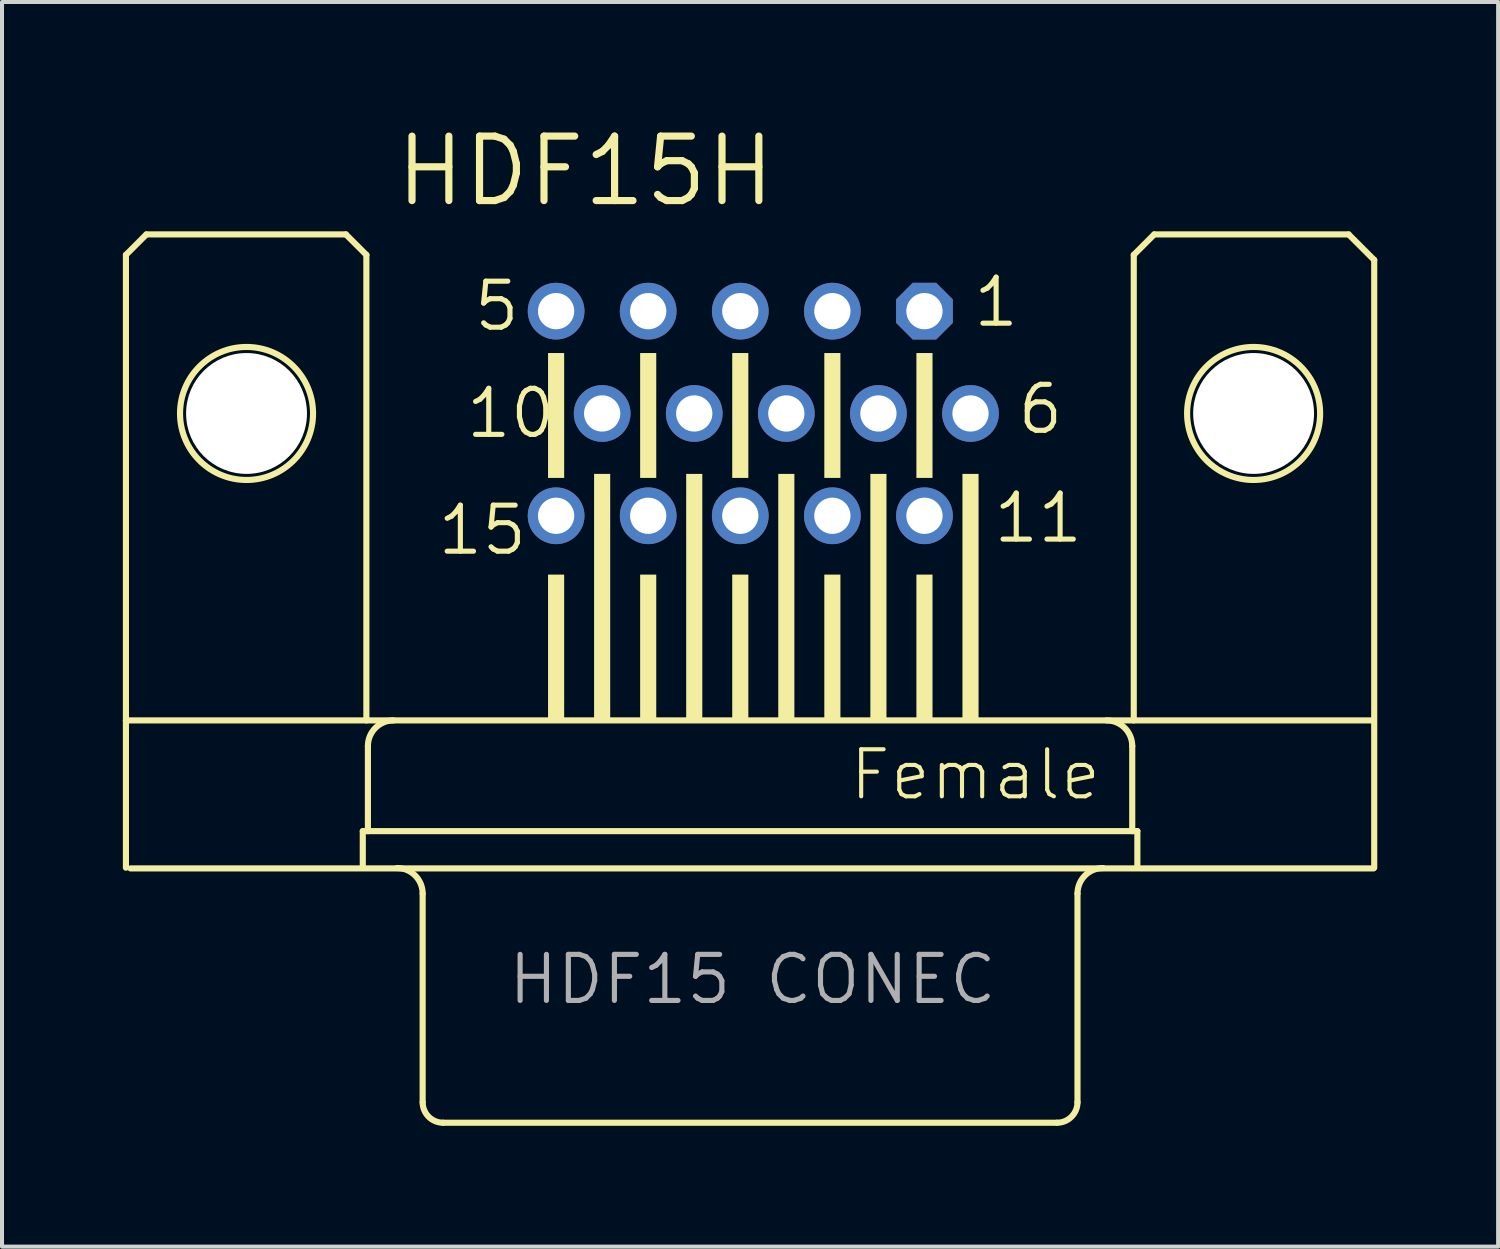
<source format=kicad_pcb>
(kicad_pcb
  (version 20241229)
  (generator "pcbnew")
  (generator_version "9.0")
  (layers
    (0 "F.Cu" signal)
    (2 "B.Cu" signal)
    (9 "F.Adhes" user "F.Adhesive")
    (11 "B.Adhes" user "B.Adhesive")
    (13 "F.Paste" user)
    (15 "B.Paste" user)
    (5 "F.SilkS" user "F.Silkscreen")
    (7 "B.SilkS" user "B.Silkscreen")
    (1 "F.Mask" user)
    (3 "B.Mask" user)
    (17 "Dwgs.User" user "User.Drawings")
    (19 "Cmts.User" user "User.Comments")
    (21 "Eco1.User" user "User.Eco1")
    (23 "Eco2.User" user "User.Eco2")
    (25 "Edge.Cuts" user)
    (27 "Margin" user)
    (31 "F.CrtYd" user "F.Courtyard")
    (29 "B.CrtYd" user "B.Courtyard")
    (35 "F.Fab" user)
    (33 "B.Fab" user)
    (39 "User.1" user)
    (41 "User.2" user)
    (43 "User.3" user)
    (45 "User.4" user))
  (footprint "HDF15H"
    (layer "F.Cu")
    (at 15.57 7.214)
    (property "Reference" "HDF15H" (at -8.89 -5.08 0) (unlocked yes) (layer "F.SilkS") (effects (font (size 1.6 1.6) (thickness 0.178)) (justify left bottom)))
    (fp_line (start -15.494 -3.937) (end -15.494 7.62) (stroke (width 0.152) (type solid)) (layer "F.SilkS"))
    (fp_line (start -15.494 11.276) (end -15.494 7.62) (stroke (width 0.152) (type solid)) (layer "F.SilkS"))
    (fp_line (start -14.986 -4.445) (end -15.494 -3.937) (stroke (width 0.152) (type solid)) (layer "F.SilkS"))
    (fp_line (start -10.033 -4.445) (end -14.986 -4.445) (stroke (width 0.152) (type solid)) (layer "F.SilkS"))
    (fp_line (start -9.614 10.368) (end -9.614 11.276) (stroke (width 0.152) (type solid)) (layer "F.SilkS"))
    (fp_line (start -9.525 -3.937) (end -10.033 -4.445) (stroke (width 0.152) (type solid)) (layer "F.SilkS"))
    (fp_line (start -9.525 -3.937) (end -9.525 7.62) (stroke (width 0.152) (type solid)) (layer "F.SilkS"))
    (fp_line (start -9.487 8.255) (end -9.487 10.368) (stroke (width 0.152) (type solid)) (layer "F.SilkS"))
    (fp_line (start -9.487 10.368) (end -9.614 10.368) (stroke (width 0.152) (type solid)) (layer "F.SilkS"))
    (fp_line (start -8.128 11.919) (end -8.128 17.099) (stroke (width 0.152) (type solid)) (layer "F.SilkS"))
    (fp_line (start 7.62 17.607) (end -7.62 17.607) (stroke (width 0.152) (type solid)) (layer "F.SilkS"))
    (fp_line (start 8.128 11.919) (end 8.128 17.099) (stroke (width 0.152) (type solid)) (layer "F.SilkS"))
    (fp_line (start 9.487 8.255) (end 9.487 10.368) (stroke (width 0.152) (type solid)) (layer "F.SilkS"))
    (fp_line (start 9.487 10.368) (end -9.487 10.368) (stroke (width 0.152) (type solid)) (layer "F.SilkS"))
    (fp_line (start 9.525 -3.937) (end 9.525 7.62) (stroke (width 0.152) (type solid)) (layer "F.SilkS"))
    (fp_line (start 9.614 10.368) (end 9.487 10.368) (stroke (width 0.152) (type solid)) (layer "F.SilkS"))
    (fp_line (start 9.614 10.368) (end 9.614 11.276) (stroke (width 0.152) (type solid)) (layer "F.SilkS"))
    (fp_line (start 10.033 -4.445) (end 9.525 -3.937) (stroke (width 0.152) (type solid)) (layer "F.SilkS"))
    (fp_line (start 10.033 -4.445) (end 14.859 -4.445) (stroke (width 0.152) (type solid)) (layer "F.SilkS"))
    (fp_line (start 14.859 -4.445) (end 15.494 -3.81) (stroke (width 0.152) (type solid)) (layer "F.SilkS"))
    (fp_line (start 15.475 7.62) (end -15.494 7.62) (stroke (width 0.152) (type solid)) (layer "F.SilkS"))
    (fp_line (start 15.476 11.294) (end -15.38 11.294) (stroke (width 0.152) (type solid)) (layer "F.SilkS"))
    (fp_line (start 15.494 -3.81) (end 15.494 11.276) (stroke (width 0.152) (type solid)) (layer "F.SilkS"))
    (fp_arc (start -9.487 8.255) (mid -9.301013 7.805987) (end -8.852 7.62) (stroke (width 0.1524) (type solid)) (layer "F.SilkS"))
    (fp_arc (start -8.763 11.284) (mid -8.313987 11.469987) (end -8.128 11.919) (stroke (width 0.1524) (type solid)) (layer "F.SilkS"))
    (fp_arc (start -7.62 17.607) (mid -7.97921 17.45821) (end -8.128 17.099) (stroke (width 0.1524) (type solid)) (layer "F.SilkS"))
    (fp_arc (start 8.128 11.919) (mid 8.313987 11.469987) (end 8.763 11.284) (stroke (width 0.1524) (type solid)) (layer "F.SilkS"))
    (fp_arc (start 8.128 17.099) (mid 7.97921 17.45821) (end 7.62 17.607) (stroke (width 0.1524) (type solid)) (layer "F.SilkS"))
    (fp_arc (start 8.852 7.62) (mid 9.301013 7.805987) (end 9.487 8.255) (stroke (width 0.1524) (type solid)) (layer "F.SilkS"))
    (fp_circle (center -12.5 0) (end -10.849 0) (stroke (width 0.152) (type solid)) (fill no) (layer "F.SilkS"))
    (fp_circle (center 12.5 0) (end 14.151 0) (stroke (width 0.152) (type solid)) (fill no) (layer "F.SilkS"))
    (fp_poly (pts (xy -5.015 1.6) (xy -4.615 1.6) (xy -4.615 -1.5) (xy -5.015 -1.5)) (stroke (width 0) (type default)) (fill yes) (layer "F.SilkS"))
    (fp_poly (pts (xy -5.015 7.6) (xy -4.615 7.6) (xy -4.615 4) (xy -5.015 4)) (stroke (width 0) (type default)) (fill yes) (layer "F.SilkS"))
    (fp_poly (pts (xy -3.872 7.6) (xy -3.472 7.6) (xy -3.472 1.5) (xy -3.872 1.5)) (stroke (width 0) (type default)) (fill yes) (layer "F.SilkS"))
    (fp_poly (pts (xy -2.729 1.6) (xy -2.329 1.6) (xy -2.329 -1.5) (xy -2.729 -1.5)) (stroke (width 0) (type default)) (fill yes) (layer "F.SilkS"))
    (fp_poly (pts (xy -2.729 7.6) (xy -2.329 7.6) (xy -2.329 4) (xy -2.729 4)) (stroke (width 0) (type default)) (fill yes) (layer "F.SilkS"))
    (fp_poly (pts (xy -1.586 7.6) (xy -1.186 7.6) (xy -1.186 1.5) (xy -1.586 1.5)) (stroke (width 0) (type default)) (fill yes) (layer "F.SilkS"))
    (fp_poly (pts (xy -0.443 1.6) (xy -0.043 1.6) (xy -0.043 -1.5) (xy -0.443 -1.5)) (stroke (width 0) (type default)) (fill yes) (layer "F.SilkS"))
    (fp_poly (pts (xy -0.443 7.6) (xy -0.043 7.6) (xy -0.043 4) (xy -0.443 4)) (stroke (width 0) (type default)) (fill yes) (layer "F.SilkS"))
    (fp_poly (pts (xy 0.7 7.6) (xy 1.1 7.6) (xy 1.1 1.5) (xy 0.7 1.5)) (stroke (width 0) (type default)) (fill yes) (layer "F.SilkS"))
    (fp_poly (pts (xy 1.843 1.6) (xy 2.243 1.6) (xy 2.243 -1.5) (xy 1.843 -1.5)) (stroke (width 0) (type default)) (fill yes) (layer "F.SilkS"))
    (fp_poly (pts (xy 1.843 7.6) (xy 2.243 7.6) (xy 2.243 4) (xy 1.843 4)) (stroke (width 0) (type default)) (fill yes) (layer "F.SilkS"))
    (fp_poly (pts (xy 2.986 7.6) (xy 3.386 7.6) (xy 3.386 1.5) (xy 2.986 1.5)) (stroke (width 0) (type default)) (fill yes) (layer "F.SilkS"))
    (fp_poly (pts (xy 4.129 1.6) (xy 4.529 1.6) (xy 4.529 -1.5) (xy 4.129 -1.5)) (stroke (width 0) (type default)) (fill yes) (layer "F.SilkS"))
    (fp_poly (pts (xy 4.129 7.6) (xy 4.529 7.6) (xy 4.529 4) (xy 4.129 4)) (stroke (width 0) (type default)) (fill yes) (layer "F.SilkS"))
    (fp_poly (pts (xy 5.272 7.6) (xy 5.672 7.6) (xy 5.672 1.5) (xy 5.272 1.5)) (stroke (width 0) (type default)) (fill yes) (layer "F.SilkS"))
    (fp_text user "Female" (at 2.413 9.652 0) (unlocked yes) (layer "F.SilkS") (effects (font (size 1.168 1.168) (thickness 0.102)) (justify left bottom)))
    (fp_text user "1" (at 5.48 -2.095 0) (unlocked yes) (layer "F.SilkS") (effects (font (size 1.143 1.143) (thickness 0.127)) (justify left bottom)))
    (fp_text user "11" (at 5.98 3.265 0) (unlocked yes) (layer "F.SilkS") (effects (font (size 1.143 1.143) (thickness 0.127)) (justify left bottom)))
    (fp_text user "6" (at 6.58 0.565 0) (unlocked yes) (layer "F.SilkS") (effects (font (size 1.143 1.143) (thickness 0.127)) (justify left bottom)))
    (fp_text user "5" (at -6.915 -1.995 0) (unlocked yes) (layer "F.SilkS") (effects (font (size 1.143 1.143) (thickness 0.127)) (justify left bottom)))
    (fp_text user "15" (at -7.82 3.565 0) (unlocked yes) (layer "F.SilkS") (effects (font (size 1.143 1.143) (thickness 0.127)) (justify left bottom)))
    (fp_text user "10" (at -7.115 0.665 0) (unlocked yes) (layer "F.SilkS") (effects (font (size 1.143 1.143) (thickness 0.127)) (justify left bottom)))
    (fp_text user "HDF15 CONEC" (at -6.064 14.717 0) (unlocked yes) (layer "F.Fab") (effects (font (size 1.143 1.143) (thickness 0.127)) (justify left bottom)))
    (pad "" np_thru_hole circle (at -12.5 0) (size 3 3) (drill 3) (layers "*.Cu" "*.Mask"))
    (pad "" np_thru_hole circle (at 12.5 0) (size 3 3) (drill 3) (layers "*.Cu" "*.Mask"))
    (pad "1" thru_hole roundrect (at 4.329 -2.54) (size 1.408 1.408) (drill 0.9) (layers "*.Cu" "*.Mask") (roundrect_rratio 0.25) (chamfer_ratio 0.293) (chamfer top_left top_right bottom_left bottom_right))
    (pad "2" thru_hole circle (at 2.043 -2.54) (size 1.408 1.408) (drill 0.9) (layers "*.Cu" "*.Mask"))
    (pad "3" thru_hole circle (at -0.243 -2.54) (size 1.408 1.408) (drill 0.9) (layers "*.Cu" "*.Mask"))
    (pad "4" thru_hole circle (at -2.529 -2.54) (size 1.408 1.408) (drill 0.9) (layers "*.Cu" "*.Mask"))
    (pad "5" thru_hole circle (at -4.815 -2.54) (size 1.408 1.408) (drill 0.9) (layers "*.Cu" "*.Mask"))
    (pad "6" thru_hole circle (at 5.472 0) (size 1.408 1.408) (drill 0.9) (layers "*.Cu" "*.Mask"))
    (pad "7" thru_hole circle (at 3.186 0) (size 1.408 1.408) (drill 0.9) (layers "*.Cu" "*.Mask"))
    (pad "8" thru_hole circle (at 0.9 0) (size 1.408 1.408) (drill 0.9) (layers "*.Cu" "*.Mask"))
    (pad "9" thru_hole circle (at -1.386 0) (size 1.408 1.408) (drill 0.9) (layers "*.Cu" "*.Mask"))
    (pad "10" thru_hole circle (at -3.672 0) (size 1.408 1.408) (drill 0.9) (layers "*.Cu" "*.Mask"))
    (pad "11" thru_hole circle (at 4.329 2.54) (size 1.408 1.408) (drill 0.9) (layers "*.Cu" "*.Mask"))
    (pad "12" thru_hole circle (at 2.043 2.54) (size 1.408 1.408) (drill 0.9) (layers "*.Cu" "*.Mask"))
    (pad "13" thru_hole circle (at -0.243 2.54) (size 1.408 1.408) (drill 0.9) (layers "*.Cu" "*.Mask"))
    (pad "14" thru_hole circle (at -2.529 2.54) (size 1.408 1.408) (drill 0.9) (layers "*.Cu" "*.Mask"))
    (pad "15" thru_hole circle (at -4.815 2.54) (size 1.408 1.408) (drill 0.9) (layers "*.Cu" "*.Mask"))
    (zone (net_name "") (layers "F.Cu" "B.Cu") (hatch edge 0.5) (connect_pads) (min_thickness 0.25) (filled_areas_thickness no) (keepout (tracks allowed) (vias not_allowed) (pads allowed) (copperpour allowed) (footprints allowed)) (placement (enabled no)) (fill) (polygon (pts (xy 5.737 7.214) (xy 5.717 6.886) (xy 5.657 6.563) (xy 5.557 6.25) (xy 5.42 5.952) (xy 5.247 5.673) (xy 5.041 5.417) (xy 4.805 5.188) (xy 4.543 4.99) (xy 4.259 4.826) (xy 3.957 4.698) (xy 3.641 4.608) (xy 3.316 4.558) (xy 2.988 4.548) (xy 2.661 4.578) (xy 2.34 4.648) (xy 2.031 4.758) (xy 1.737 4.904) (xy 1.463 5.085) (xy 1.214 5.299) (xy 0.992 5.542) (xy 0.803 5.81) (xy 0.647 6.099) (xy 0.529 6.405) (xy 0.449 6.724) (xy 0.408 7.049) (xy 0.408 7.378) (xy 0.449 7.704) (xy 0.529 8.022) (xy 0.647 8.328) (xy 0.803 8.618) (xy 0.992 8.886) (xy 1.214 9.128) (xy 1.463 9.342) (xy 1.737 9.523) (xy 2.031 9.67) (xy 2.34 9.779) (xy 2.661 9.849) (xy 2.988 9.879) (xy 3.316 9.869) (xy 3.641 9.819) (xy 3.957 9.729) (xy 4.259 9.601) (xy 4.543 9.437) (xy 4.805 9.239) (xy 5.041 9.01) (xy 5.247 8.755) (xy 5.42 8.475) (xy 5.557 8.177) (xy 5.657 7.864) (xy 5.717 7.541))))
    (zone (net_name "") (layers "F.Cu" "B.Cu") (hatch edge 0.5) (connect_pads) (min_thickness 0.25) (filled_areas_thickness no) (keepout (tracks allowed) (vias not_allowed) (pads allowed) (copperpour allowed) (footprints allowed)) (placement (enabled no)) (fill) (polygon (pts (xy 30.737 7.214) (xy 30.717 6.886) (xy 30.657 6.563) (xy 30.557 6.25) (xy 30.42 5.952) (xy 30.247 5.673) (xy 30.041 5.417) (xy 29.805 5.188) (xy 29.543 4.99) (xy 29.259 4.826) (xy 28.957 4.698) (xy 28.641 4.608) (xy 28.316 4.558) (xy 27.988 4.548) (xy 27.661 4.578) (xy 27.34 4.648) (xy 27.031 4.758) (xy 26.737 4.904) (xy 26.463 5.085) (xy 26.214 5.299) (xy 25.992 5.542) (xy 25.803 5.81) (xy 25.647 6.099) (xy 25.529 6.405) (xy 25.449 6.724) (xy 25.408 7.049) (xy 25.408 7.378) (xy 25.449 7.704) (xy 25.529 8.022) (xy 25.647 8.328) (xy 25.803 8.618) (xy 25.992 8.886) (xy 26.214 9.128) (xy 26.463 9.342) (xy 26.737 9.523) (xy 27.031 9.67) (xy 27.34 9.779) (xy 27.661 9.849) (xy 27.988 9.879) (xy 28.316 9.869) (xy 28.641 9.819) (xy 28.957 9.729) (xy 29.259 9.601) (xy 29.543 9.437) (xy 29.805 9.239) (xy 30.041 9.01) (xy 30.247 8.755) (xy 30.42 8.475) (xy 30.557 8.177) (xy 30.657 7.864) (xy 30.717 7.541))))
    (zone (net_name "") (layer "B.Cu") (hatch edge 0.5) (connect_pads) (min_thickness 0.25) (filled_areas_thickness no) (keepout (tracks not_allowed) (vias not_allowed) (pads not_allowed) (copperpour not_allowed) (footprints allowed)) (placement (enabled no)) (fill) (polygon (pts (xy 5.737 7.214) (xy 5.717 6.886) (xy 5.657 6.563) (xy 5.557 6.25) (xy 5.42 5.952) (xy 5.247 5.673) (xy 5.041 5.417) (xy 4.805 5.188) (xy 4.543 4.99) (xy 4.259 4.826) (xy 3.957 4.698) (xy 3.641 4.608) (xy 3.316 4.558) (xy 2.988 4.548) (xy 2.661 4.578) (xy 2.34 4.648) (xy 2.031 4.758) (xy 1.737 4.904) (xy 1.463 5.085) (xy 1.214 5.299) (xy 0.992 5.542) (xy 0.803 5.81) (xy 0.647 6.099) (xy 0.529 6.405) (xy 0.449 6.724) (xy 0.408 7.049) (xy 0.408 7.378) (xy 0.449 7.704) (xy 0.529 8.022) (xy 0.647 8.328) (xy 0.803 8.618) (xy 0.992 8.886) (xy 1.214 9.128) (xy 1.463 9.342) (xy 1.737 9.523) (xy 2.031 9.67) (xy 2.34 9.779) (xy 2.661 9.849) (xy 2.988 9.879) (xy 3.316 9.869) (xy 3.641 9.819) (xy 3.957 9.729) (xy 4.259 9.601) (xy 4.543 9.437) (xy 4.805 9.239) (xy 5.041 9.01) (xy 5.247 8.755) (xy 5.42 8.475) (xy 5.557 8.177) (xy 5.657 7.864) (xy 5.717 7.541))))
    (zone (net_name "") (layer "B.Cu") (hatch edge 0.5) (connect_pads) (min_thickness 0.25) (filled_areas_thickness no) (keepout (tracks not_allowed) (vias not_allowed) (pads not_allowed) (copperpour not_allowed) (footprints allowed)) (placement (enabled no)) (fill) (polygon (pts (xy 30.737 7.214) (xy 30.717 6.886) (xy 30.657 6.563) (xy 30.557 6.25) (xy 30.42 5.952) (xy 30.247 5.673) (xy 30.041 5.417) (xy 29.805 5.188) (xy 29.543 4.99) (xy 29.259 4.826) (xy 28.957 4.698) (xy 28.641 4.608) (xy 28.316 4.558) (xy 27.988 4.548) (xy 27.661 4.578) (xy 27.34 4.648) (xy 27.031 4.758) (xy 26.737 4.904) (xy 26.463 5.085) (xy 26.214 5.299) (xy 25.992 5.542) (xy 25.803 5.81) (xy 25.647 6.099) (xy 25.529 6.405) (xy 25.449 6.724) (xy 25.408 7.049) (xy 25.408 7.378) (xy 25.449 7.704) (xy 25.529 8.022) (xy 25.647 8.328) (xy 25.803 8.618) (xy 25.992 8.886) (xy 26.214 9.128) (xy 26.463 9.342) (xy 26.737 9.523) (xy 27.031 9.67) (xy 27.34 9.779) (xy 27.661 9.849) (xy 27.988 9.879) (xy 28.316 9.869) (xy 28.641 9.819) (xy 28.957 9.729) (xy 29.259 9.601) (xy 29.543 9.437) (xy 29.805 9.239) (xy 30.041 9.01) (xy 30.247 8.755) (xy 30.42 8.475) (xy 30.557 8.177) (xy 30.657 7.864) (xy 30.717 7.541)))))
  (gr_rect
    (start -3 -3)
    (end 34.14 27.897)
    (stroke (width 0.1) (type default))
    (fill no)
    (layer "Edge.Cuts")))
</source>
